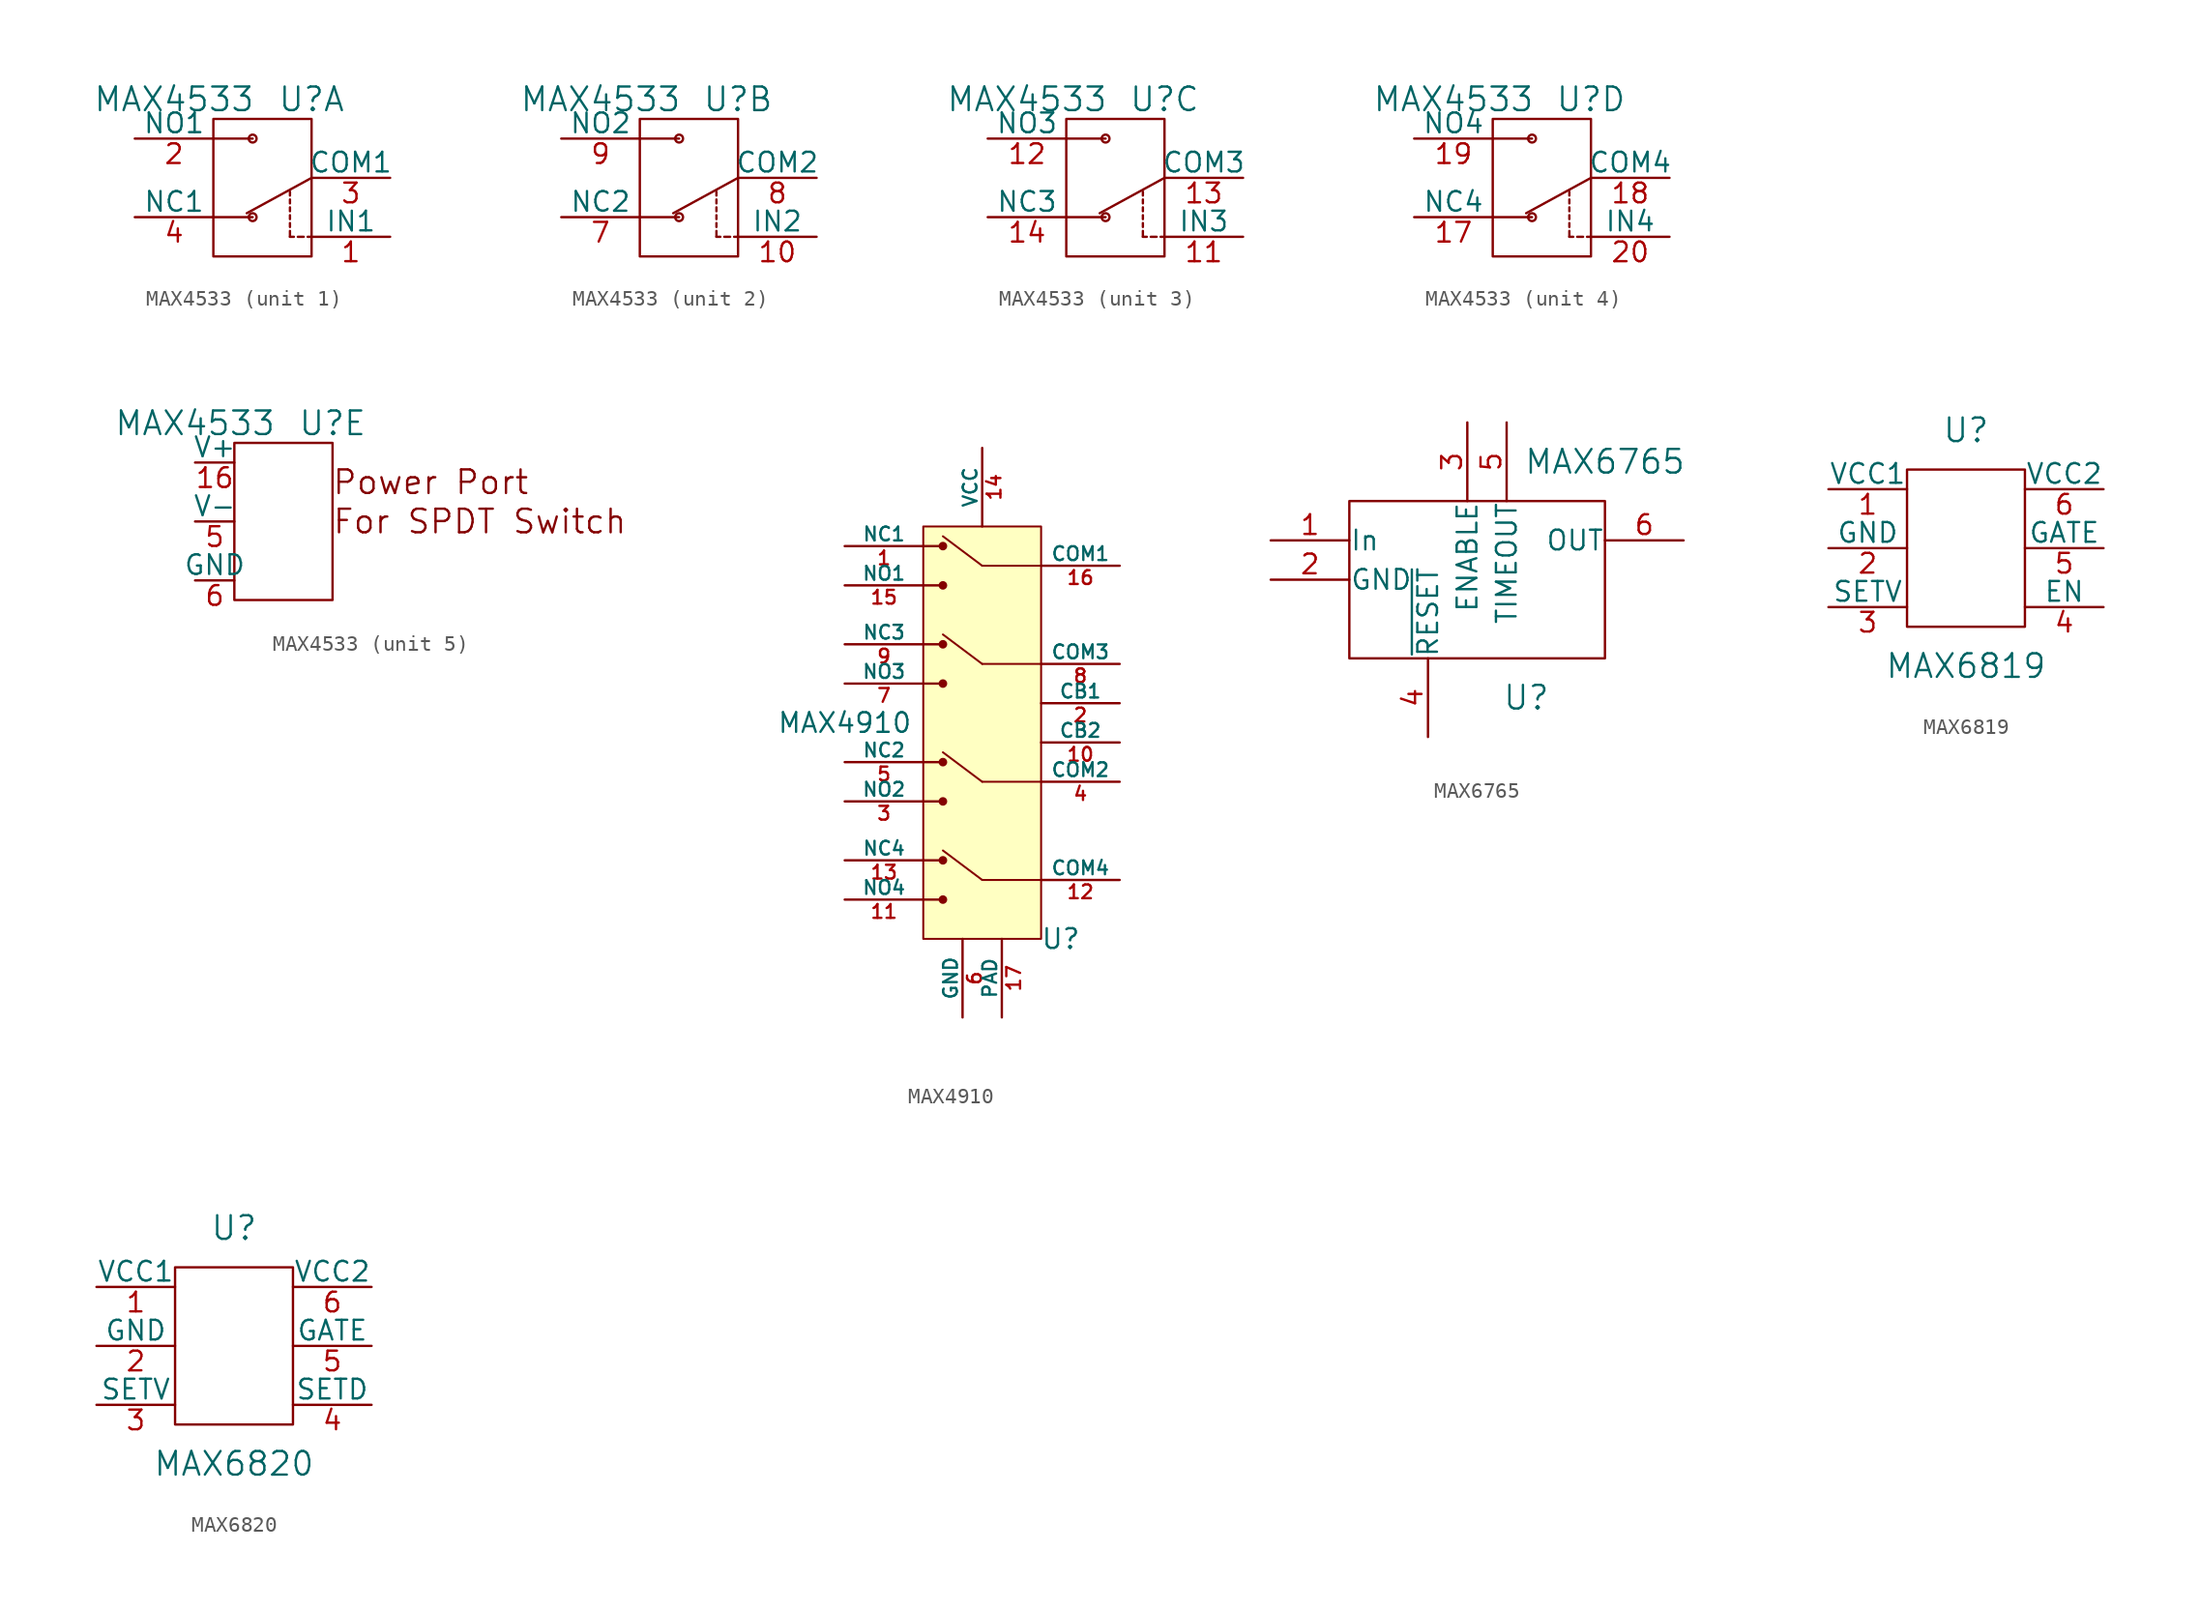
<source format=kicad_sym>
(kicad_symbol_lib
  (version 20241209)
  (generator "kicad_symbol_editor")
  (generator_version "9.0")
  (symbol "MAX4533"
    (pin_names
      (offset 0))
    (property "Reference" "U"
      (at 2.54 5.08 0)
      (effects (font (size 1.524 1.524))))
    (property "Value" "MAX4533"
      (at -6.35 5.08 0)
      (effects (font (size 1.524 1.524))))
    (property "ki_locked" ""
      (at 0 0 0)
      (effects (font (size 1.27 1.27))))
    (symbol "MAX4533_1_1"
      (rectangle (start -3.81 3.81) (end 2.54 -5.08) (stroke (width 0) (type solid)) (fill (type none)))
      (polyline (pts (xy -3.81 2.54) (xy -1.27 2.54)) (stroke (width 0) (type solid)) (fill (type none)))
      (polyline (pts (xy -3.81 -2.54) (xy -1.27 -2.54)) (stroke (width 0) (type solid)) (fill (type none)))
      (circle (center -1.27 2.54) (radius 0.254) (stroke (width 0) (type solid)) (fill (type none)))
      (circle (center -1.27 -2.54) (radius 0.254) (stroke (width 0) (type solid)) (fill (type none)))
      (polyline (pts (xy 1.143 -1.143) (xy 1.143 -0.889)) (stroke (width 0) (type solid)) (fill (type none)))
      (polyline (pts (xy 1.143 -1.651) (xy 1.143 -1.397)) (stroke (width 0) (type solid)) (fill (type none)))
      (polyline (pts (xy 1.143 -2.159) (xy 1.143 -1.905)) (stroke (width 0) (type solid)) (fill (type none)))
      (polyline (pts (xy 1.143 -2.667) (xy 1.143 -2.413)) (stroke (width 0) (type solid)) (fill (type none)))
      (polyline (pts (xy 1.143 -3.175) (xy 1.143 -2.921)) (stroke (width 0) (type solid)) (fill (type none)))
      (polyline (pts (xy 1.143 -3.81) (xy 1.143 -3.429)) (stroke (width 0) (type solid)) (fill (type none)))
      (polyline (pts (xy 1.397 -3.81) (xy 1.143 -3.81)) (stroke (width 0) (type solid)) (fill (type none)))
      (polyline (pts (xy 2.032 -3.81) (xy 1.651 -3.81)) (stroke (width 0) (type solid)) (fill (type none)))
      (polyline (pts (xy 2.54 0) (xy -1.651 -2.286)) (stroke (width 0) (type solid)) (fill (type none)))
      (polyline (pts (xy 2.54 -3.81) (xy 2.286 -3.81)) (stroke (width 0) (type solid)) (fill (type none)))
      (pin bidirectional line (at -8.89 2.54 0) (length 5.08) (name "NO1" (effects (font (size 1.27 1.27)))) (number "2" (effects (font (size 1.27 1.27)))))
      (pin bidirectional line (at -8.89 -2.54 0) (length 5.08) (name "NC1" (effects (font (size 1.27 1.27)))) (number "4" (effects (font (size 1.27 1.27)))))
      (pin bidirectional line (at 7.62 0 180) (length 5.08) (name "COM1" (effects (font (size 1.27 1.27)))) (number "3" (effects (font (size 1.27 1.27)))))
      (pin input line (at 7.62 -3.81 180) (length 5.08) (name "IN1" (effects (font (size 1.27 1.27)))) (number "1" (effects (font (size 1.27 1.27))))))
    (symbol "MAX4533_2_1"
      (rectangle (start -3.81 3.81) (end 2.54 -5.08) (stroke (width 0) (type solid)) (fill (type none)))
      (polyline (pts (xy -3.81 2.54) (xy -1.27 2.54)) (stroke (width 0) (type solid)) (fill (type none)))
      (polyline (pts (xy -3.81 -2.54) (xy -1.27 -2.54)) (stroke (width 0) (type solid)) (fill (type none)))
      (circle (center -1.27 2.54) (radius 0.254) (stroke (width 0) (type solid)) (fill (type none)))
      (circle (center -1.27 -2.54) (radius 0.254) (stroke (width 0) (type solid)) (fill (type none)))
      (polyline (pts (xy 1.143 -1.143) (xy 1.143 -0.889)) (stroke (width 0) (type solid)) (fill (type none)))
      (polyline (pts (xy 1.143 -1.651) (xy 1.143 -1.397)) (stroke (width 0) (type solid)) (fill (type none)))
      (polyline (pts (xy 1.143 -2.159) (xy 1.143 -1.905)) (stroke (width 0) (type solid)) (fill (type none)))
      (polyline (pts (xy 1.143 -2.667) (xy 1.143 -2.413)) (stroke (width 0) (type solid)) (fill (type none)))
      (polyline (pts (xy 1.143 -3.175) (xy 1.143 -2.921)) (stroke (width 0) (type solid)) (fill (type none)))
      (polyline (pts (xy 1.143 -3.81) (xy 1.143 -3.429)) (stroke (width 0) (type solid)) (fill (type none)))
      (polyline (pts (xy 1.397 -3.81) (xy 1.143 -3.81)) (stroke (width 0) (type solid)) (fill (type none)))
      (polyline (pts (xy 2.032 -3.81) (xy 1.651 -3.81)) (stroke (width 0) (type solid)) (fill (type none)))
      (polyline (pts (xy 2.54 0) (xy -1.651 -2.286)) (stroke (width 0) (type solid)) (fill (type none)))
      (polyline (pts (xy 2.54 -3.81) (xy 2.286 -3.81)) (stroke (width 0) (type solid)) (fill (type none)))
      (pin bidirectional line (at -8.89 2.54 0) (length 5.08) (name "NO2" (effects (font (size 1.27 1.27)))) (number "9" (effects (font (size 1.27 1.27)))))
      (pin bidirectional line (at -8.89 -2.54 0) (length 5.08) (name "NC2" (effects (font (size 1.27 1.27)))) (number "7" (effects (font (size 1.27 1.27)))))
      (pin bidirectional line (at 7.62 0 180) (length 5.08) (name "COM2" (effects (font (size 1.27 1.27)))) (number "8" (effects (font (size 1.27 1.27)))))
      (pin input line (at 7.62 -3.81 180) (length 5.08) (name "IN2" (effects (font (size 1.27 1.27)))) (number "10" (effects (font (size 1.27 1.27))))))
    (symbol "MAX4533_3_1"
      (rectangle (start -3.81 3.81) (end 2.54 -5.08) (stroke (width 0) (type solid)) (fill (type none)))
      (polyline (pts (xy -3.81 2.54) (xy -1.27 2.54)) (stroke (width 0) (type solid)) (fill (type none)))
      (polyline (pts (xy -3.81 -2.54) (xy -1.27 -2.54)) (stroke (width 0) (type solid)) (fill (type none)))
      (circle (center -1.27 2.54) (radius 0.254) (stroke (width 0) (type solid)) (fill (type none)))
      (circle (center -1.27 -2.54) (radius 0.254) (stroke (width 0) (type solid)) (fill (type none)))
      (polyline (pts (xy 1.143 -1.143) (xy 1.143 -0.889)) (stroke (width 0) (type solid)) (fill (type none)))
      (polyline (pts (xy 1.143 -1.651) (xy 1.143 -1.397)) (stroke (width 0) (type solid)) (fill (type none)))
      (polyline (pts (xy 1.143 -2.159) (xy 1.143 -1.905)) (stroke (width 0) (type solid)) (fill (type none)))
      (polyline (pts (xy 1.143 -2.667) (xy 1.143 -2.413)) (stroke (width 0) (type solid)) (fill (type none)))
      (polyline (pts (xy 1.143 -3.175) (xy 1.143 -2.921)) (stroke (width 0) (type solid)) (fill (type none)))
      (polyline (pts (xy 1.143 -3.81) (xy 1.143 -3.429)) (stroke (width 0) (type solid)) (fill (type none)))
      (polyline (pts (xy 1.397 -3.81) (xy 1.143 -3.81)) (stroke (width 0) (type solid)) (fill (type none)))
      (polyline (pts (xy 2.032 -3.81) (xy 1.651 -3.81)) (stroke (width 0) (type solid)) (fill (type none)))
      (polyline (pts (xy 2.54 0) (xy -1.651 -2.286)) (stroke (width 0) (type solid)) (fill (type none)))
      (polyline (pts (xy 2.54 -3.81) (xy 2.286 -3.81)) (stroke (width 0) (type solid)) (fill (type none)))
      (pin bidirectional line (at -8.89 2.54 0) (length 5.08) (name "NO3" (effects (font (size 1.27 1.27)))) (number "12" (effects (font (size 1.27 1.27)))))
      (pin bidirectional line (at -8.89 -2.54 0) (length 5.08) (name "NC3" (effects (font (size 1.27 1.27)))) (number "14" (effects (font (size 1.27 1.27)))))
      (pin bidirectional line (at 7.62 0 180) (length 5.08) (name "COM3" (effects (font (size 1.27 1.27)))) (number "13" (effects (font (size 1.27 1.27)))))
      (pin input line (at 7.62 -3.81 180) (length 5.08) (name "IN3" (effects (font (size 1.27 1.27)))) (number "11" (effects (font (size 1.27 1.27))))))
    (symbol "MAX4533_4_1"
      (rectangle (start -3.81 3.81) (end 2.54 -5.08) (stroke (width 0) (type solid)) (fill (type none)))
      (polyline (pts (xy -3.81 2.54) (xy -1.27 2.54)) (stroke (width 0) (type solid)) (fill (type none)))
      (polyline (pts (xy -3.81 -2.54) (xy -1.27 -2.54)) (stroke (width 0) (type solid)) (fill (type none)))
      (circle (center -1.27 2.54) (radius 0.254) (stroke (width 0) (type solid)) (fill (type none)))
      (circle (center -1.27 -2.54) (radius 0.254) (stroke (width 0) (type solid)) (fill (type none)))
      (polyline (pts (xy 1.143 -1.143) (xy 1.143 -0.889)) (stroke (width 0) (type solid)) (fill (type none)))
      (polyline (pts (xy 1.143 -1.651) (xy 1.143 -1.397)) (stroke (width 0) (type solid)) (fill (type none)))
      (polyline (pts (xy 1.143 -2.159) (xy 1.143 -1.905)) (stroke (width 0) (type solid)) (fill (type none)))
      (polyline (pts (xy 1.143 -2.667) (xy 1.143 -2.413)) (stroke (width 0) (type solid)) (fill (type none)))
      (polyline (pts (xy 1.143 -3.175) (xy 1.143 -2.921)) (stroke (width 0) (type solid)) (fill (type none)))
      (polyline (pts (xy 1.143 -3.81) (xy 1.143 -3.429)) (stroke (width 0) (type solid)) (fill (type none)))
      (polyline (pts (xy 1.397 -3.81) (xy 1.143 -3.81)) (stroke (width 0) (type solid)) (fill (type none)))
      (polyline (pts (xy 2.032 -3.81) (xy 1.651 -3.81)) (stroke (width 0) (type solid)) (fill (type none)))
      (polyline (pts (xy 2.54 0) (xy -1.651 -2.286)) (stroke (width 0) (type solid)) (fill (type none)))
      (polyline (pts (xy 2.54 -3.81) (xy 2.286 -3.81)) (stroke (width 0) (type solid)) (fill (type none)))
      (pin bidirectional line (at -8.89 2.54 0) (length 5.08) (name "NO4" (effects (font (size 1.27 1.27)))) (number "19" (effects (font (size 1.27 1.27)))))
      (pin bidirectional line (at -8.89 -2.54 0) (length 5.08) (name "NC4" (effects (font (size 1.27 1.27)))) (number "17" (effects (font (size 1.27 1.27)))))
      (pin bidirectional line (at 7.62 0 180) (length 5.08) (name "COM4" (effects (font (size 1.27 1.27)))) (number "18" (effects (font (size 1.27 1.27)))))
      (pin input line (at 7.62 -3.81 180) (length 5.08) (name "IN4" (effects (font (size 1.27 1.27)))) (number "20" (effects (font (size 1.27 1.27))))))
    (symbol "MAX4533_5_0"
      (text "Power Port" (at 8.89 1.27 0) (effects (font (size 1.524 1.524))))
      (text "For SPDT Switch" (at 12.065 -1.27 0) (effects (font (size 1.524 1.524)))))
    (symbol "MAX4533_5_1"
      (rectangle (start 2.54 3.81) (end -3.81 -6.35) (stroke (width 0) (type solid)) (fill (type none)))
      (pin power_in line (at -6.35 2.54 0) (length 2.54) (name "V+" (effects (font (size 1.27 1.27)))) (number "16" (effects (font (size 1.27 1.27)))))
      (pin power_in line (at -6.35 -1.27 0) (length 2.54) (name "V-" (effects (font (size 1.27 1.27)))) (number "5" (effects (font (size 1.27 1.27)))))
      (pin power_in line (at -6.35 -5.08 0) (length 2.54) (name "GND" (effects (font (size 1.27 1.27)))) (number "6" (effects (font (size 1.27 1.27)))))
      (pin no_connect line (at 0 1.27 270) (length 5.08) (hide yes) (name "N.C" (effects (font (size 1.27 1.27)))) (number "15" (effects (font (size 1.27 1.27)))))))
  (symbol "MAX4910"
    (pin_names
      (offset 0))
    (property "Reference" "U"
      (at 5.08 -13.97 0)
      (effects (font (size 1.27 1.27))))
    (property "Value" "MAX4910"
      (at -8.89 0 0)
      (effects (font (size 1.27 1.27))))
    (symbol "MAX4910_0_1"
      (rectangle (start -3.81 12.7) (end 3.81 -13.97) (stroke (width 0.127) (type solid)) (fill (type background)))
      (polyline (pts (xy -3.81 11.43) (xy -2.54 11.43)) (stroke (width 0) (type solid)) (fill (type none)))
      (polyline (pts (xy -2.54 12.065) (xy 0 10.16)) (stroke (width 0.127) (type solid)) (fill (type none)))
      (circle (center -2.54 11.43) (radius 0.203) (stroke (width 0) (type solid)) (fill (type outline)))
      (polyline (pts (xy 0 10.16) (xy 3.81 10.16)) (stroke (width 0.127) (type solid)) (fill (type none)))
      (polyline (pts (xy 0 3.81) (xy 3.81 3.81)) (stroke (width 0.127) (type solid)) (fill (type none)))
      (polyline (pts (xy 0 -3.81) (xy 3.81 -3.81)) (stroke (width 0.127) (type solid)) (fill (type none)))
      (polyline (pts (xy 0 -10.16) (xy 3.81 -10.16)) (stroke (width 0.127) (type solid)) (fill (type none))))
    (symbol "MAX4910_1_1"
      (polyline (pts (xy -3.81 8.89) (xy -2.54 8.89)) (stroke (width 0) (type solid)) (fill (type none)))
      (polyline (pts (xy -3.81 5.08) (xy -2.54 5.08)) (stroke (width 0) (type solid)) (fill (type none)))
      (polyline (pts (xy -3.81 2.54) (xy -2.54 2.54)) (stroke (width 0) (type solid)) (fill (type none)))
      (polyline (pts (xy -3.81 -2.54) (xy -2.54 -2.54)) (stroke (width 0) (type solid)) (fill (type none)))
      (polyline (pts (xy -3.81 -5.08) (xy -2.54 -5.08)) (stroke (width 0) (type solid)) (fill (type none)))
      (polyline (pts (xy -3.81 -8.89) (xy -2.54 -8.89)) (stroke (width 0) (type solid)) (fill (type none)))
      (polyline (pts (xy -3.81 -11.43) (xy -2.54 -11.43)) (stroke (width 0) (type solid)) (fill (type none)))
      (circle (center -2.54 8.89) (radius 0.203) (stroke (width 0) (type solid)) (fill (type outline)))
      (polyline (pts (xy -2.54 5.715) (xy 0 3.81)) (stroke (width 0.127) (type solid)) (fill (type none)))
      (circle (center -2.54 5.08) (radius 0.203) (stroke (width 0) (type solid)) (fill (type outline)))
      (circle (center -2.54 2.54) (radius 0.203) (stroke (width 0) (type solid)) (fill (type outline)))
      (polyline (pts (xy -2.54 -1.905) (xy 0 -3.81)) (stroke (width 0.127) (type solid)) (fill (type none)))
      (circle (center -2.54 -2.54) (radius 0.203) (stroke (width 0) (type solid)) (fill (type outline)))
      (circle (center -2.54 -5.08) (radius 0.203) (stroke (width 0) (type solid)) (fill (type outline)))
      (polyline (pts (xy -2.54 -8.255) (xy 0 -10.16)) (stroke (width 0.127) (type solid)) (fill (type none)))
      (circle (center -2.54 -8.89) (radius 0.203) (stroke (width 0) (type solid)) (fill (type outline)))
      (circle (center -2.54 -11.43) (radius 0.203) (stroke (width 0) (type solid)) (fill (type outline)))
      (pin bidirectional line (at -8.89 11.43 0) (length 5.08) (name "NC1" (effects (font (size 0.889 0.889)))) (number "1" (effects (font (size 0.889 0.889)))))
      (pin bidirectional line (at -8.89 8.89 0) (length 5.08) (name "NO1" (effects (font (size 0.889 0.889)))) (number "15" (effects (font (size 0.889 0.889)))))
      (pin bidirectional line (at -8.89 5.08 0) (length 5.08) (name "NC3" (effects (font (size 0.889 0.889)))) (number "9" (effects (font (size 0.889 0.889)))))
      (pin bidirectional line (at -8.89 2.54 0) (length 5.08) (name "NO3" (effects (font (size 0.889 0.889)))) (number "7" (effects (font (size 0.889 0.889)))))
      (pin bidirectional line (at -8.89 -2.54 0) (length 5.08) (name "NC2" (effects (font (size 0.889 0.889)))) (number "5" (effects (font (size 0.889 0.889)))))
      (pin bidirectional line (at -8.89 -5.08 0) (length 5.08) (name "NO2" (effects (font (size 0.889 0.889)))) (number "3" (effects (font (size 0.889 0.889)))))
      (pin bidirectional line (at -8.89 -8.89 0) (length 5.08) (name "NC4" (effects (font (size 0.889 0.889)))) (number "13" (effects (font (size 0.889 0.889)))))
      (pin bidirectional line (at -8.89 -11.43 0) (length 5.08) (name "NO4" (effects (font (size 0.889 0.889)))) (number "11" (effects (font (size 0.889 0.889)))))
      (pin power_in line (at -1.27 -19.05 90) (length 5.08) (name "GND" (effects (font (size 0.889 0.889)))) (number "6" (effects (font (size 0.889 0.889)))))
      (pin power_in line (at 0 17.78 270) (length 5.08) (name "VCC" (effects (font (size 0.889 0.889)))) (number "14" (effects (font (size 0.889 0.889)))))
      (pin power_in line (at 1.27 -19.05 90) (length 5.08) (name "PAD" (effects (font (size 0.889 0.889)))) (number "17" (effects (font (size 0.889 0.889)))))
      (pin bidirectional line (at 8.89 10.16 180) (length 5.08) (name "COM1" (effects (font (size 0.889 0.889)))) (number "16" (effects (font (size 0.889 0.889)))))
      (pin bidirectional line (at 8.89 3.81 180) (length 5.08) (name "COM3" (effects (font (size 0.889 0.889)))) (number "8" (effects (font (size 0.889 0.889)))))
      (pin input line (at 8.89 1.27 180) (length 5.08) (name "CB1" (effects (font (size 0.889 0.889)))) (number "2" (effects (font (size 0.889 0.889)))))
      (pin input line (at 8.89 -1.27 180) (length 5.08) (name "CB2" (effects (font (size 0.889 0.889)))) (number "10" (effects (font (size 0.889 0.889)))))
      (pin bidirectional line (at 8.89 -3.81 180) (length 5.08) (name "COM2" (effects (font (size 0.889 0.889)))) (number "4" (effects (font (size 0.889 0.889)))))
      (pin bidirectional line (at 8.89 -10.16 180) (length 5.08) (name "COM4" (effects (font (size 0.889 0.889)))) (number "12" (effects (font (size 0.889 0.889)))))))
  (symbol "MAX6765"
    (pin_names
      (offset 0.025))
    (property "Reference" "U"
      (at -2.54 0 0)
      (effects (font (size 1.524 1.524))))
    (property "Value" "MAX6765"
      (at 2.54 15.24 0)
      (effects (font (size 1.524 1.524))))
    (symbol "MAX6765_0_1"
      (rectangle (start -13.97 12.7) (end 2.54 2.54) (stroke (width 0) (type solid)) (fill (type none))))
    (symbol "MAX6765_1_1"
      (pin power_in line (at -19.05 10.16 0) (length 5.08) (name "In" (effects (font (size 1.27 1.27)))) (number "1" (effects (font (size 1.27 1.27)))))
      (pin power_in line (at -19.05 7.62 0) (length 5.08) (name "GND" (effects (font (size 1.27 1.27)))) (number "2" (effects (font (size 1.27 1.27)))))
      (pin input line (at -8.89 -2.54 90) (length 5.08) (name "~{RESET}" (effects (font (size 1.27 1.27)))) (number "4" (effects (font (size 1.27 1.27)))))
      (pin input line (at -6.35 17.78 270) (length 5.08) (name "ENABLE" (effects (font (size 1.27 1.27)))) (number "3" (effects (font (size 1.27 1.27)))))
      (pin input line (at -3.81 17.78 270) (length 5.08) (name "TIMEOUT" (effects (font (size 1.27 1.27)))) (number "5" (effects (font (size 1.27 1.27)))))
      (pin power_out line (at 7.62 10.16 180) (length 5.08) (name "OUT" (effects (font (size 1.27 1.27)))) (number "6" (effects (font (size 1.27 1.27)))))))
  (symbol "MAX6819"
    (pin_names
      (offset 0))
    (property "Reference" "U"
      (at 0 7.62 0)
      (effects (font (size 1.524 1.524))))
    (property "Value" "MAX6819"
      (at 0 -7.62 0)
      (effects (font (size 1.524 1.524))))
    (symbol "MAX6819_0_1"
      (rectangle (start -3.81 5.08) (end 3.81 -5.08) (stroke (width 0) (type solid)) (fill (type none))))
    (symbol "MAX6819_1_1"
      (pin power_in line (at -8.89 3.81 0) (length 5.08) (name "VCC1" (effects (font (size 1.27 1.27)))) (number "1" (effects (font (size 1.27 1.27)))))
      (pin power_in line (at -8.89 0 0) (length 5.08) (name "GND" (effects (font (size 1.27 1.27)))) (number "2" (effects (font (size 1.27 1.27)))))
      (pin bidirectional line (at -8.89 -3.81 0) (length 5.08) (name "SETV" (effects (font (size 1.27 1.27)))) (number "3" (effects (font (size 1.27 1.27)))))
      (pin bidirectional line (at 8.89 3.81 180) (length 5.08) (name "VCC2" (effects (font (size 1.27 1.27)))) (number "6" (effects (font (size 1.27 1.27)))))
      (pin bidirectional line (at 8.89 0 180) (length 5.08) (name "GATE" (effects (font (size 1.27 1.27)))) (number "5" (effects (font (size 1.27 1.27)))))
      (pin bidirectional line (at 8.89 -3.81 180) (length 5.08) (name "EN" (effects (font (size 1.27 1.27)))) (number "4" (effects (font (size 1.27 1.27)))))))
  (symbol "MAX6820"
    (pin_names
      (offset 0))
    (property "Reference" "U"
      (at 0 7.62 0)
      (effects (font (size 1.524 1.524))))
    (property "Value" "MAX6820"
      (at 0 -7.62 0)
      (effects (font (size 1.524 1.524))))
    (symbol "MAX6820_0_1"
      (rectangle (start -3.81 5.08) (end 3.81 -5.08) (stroke (width 0) (type solid)) (fill (type none))))
    (symbol "MAX6820_1_1"
      (pin power_in line (at -8.89 3.81 0) (length 5.08) (name "VCC1" (effects (font (size 1.27 1.27)))) (number "1" (effects (font (size 1.27 1.27)))))
      (pin power_in line (at -8.89 0 0) (length 5.08) (name "GND" (effects (font (size 1.27 1.27)))) (number "2" (effects (font (size 1.27 1.27)))))
      (pin bidirectional line (at -8.89 -3.81 0) (length 5.08) (name "SETV" (effects (font (size 1.27 1.27)))) (number "3" (effects (font (size 1.27 1.27)))))
      (pin power_in line (at 8.89 3.81 180) (length 5.08) (name "VCC2" (effects (font (size 1.27 1.27)))) (number "6" (effects (font (size 1.27 1.27)))))
      (pin bidirectional line (at 8.89 0 180) (length 5.08) (name "GATE" (effects (font (size 1.27 1.27)))) (number "5" (effects (font (size 1.27 1.27)))))
      (pin bidirectional line (at 8.89 -3.81 180) (length 5.08) (name "SETD" (effects (font (size 1.27 1.27)))) (number "4" (effects (font (size 1.27 1.27))))))))
</source>
